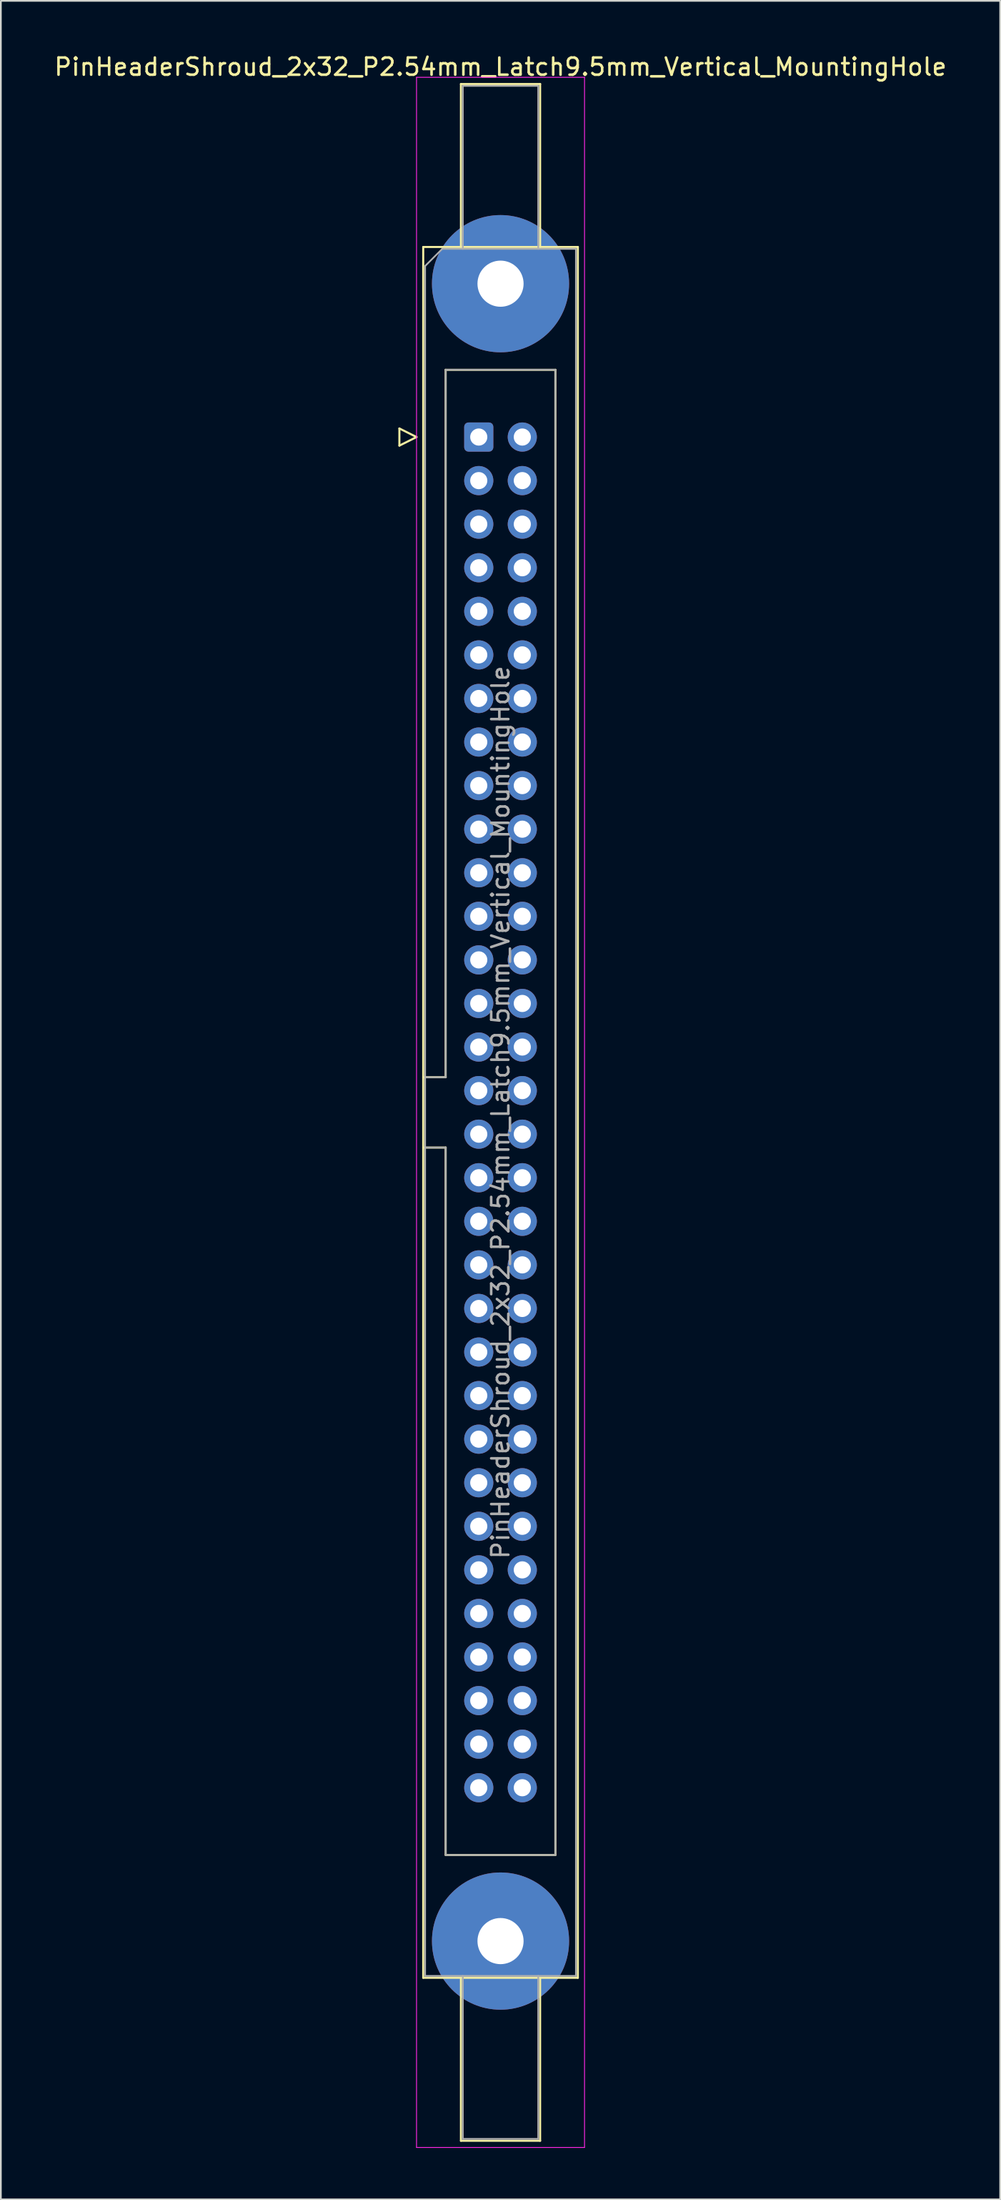
<source format=kicad_pcb>
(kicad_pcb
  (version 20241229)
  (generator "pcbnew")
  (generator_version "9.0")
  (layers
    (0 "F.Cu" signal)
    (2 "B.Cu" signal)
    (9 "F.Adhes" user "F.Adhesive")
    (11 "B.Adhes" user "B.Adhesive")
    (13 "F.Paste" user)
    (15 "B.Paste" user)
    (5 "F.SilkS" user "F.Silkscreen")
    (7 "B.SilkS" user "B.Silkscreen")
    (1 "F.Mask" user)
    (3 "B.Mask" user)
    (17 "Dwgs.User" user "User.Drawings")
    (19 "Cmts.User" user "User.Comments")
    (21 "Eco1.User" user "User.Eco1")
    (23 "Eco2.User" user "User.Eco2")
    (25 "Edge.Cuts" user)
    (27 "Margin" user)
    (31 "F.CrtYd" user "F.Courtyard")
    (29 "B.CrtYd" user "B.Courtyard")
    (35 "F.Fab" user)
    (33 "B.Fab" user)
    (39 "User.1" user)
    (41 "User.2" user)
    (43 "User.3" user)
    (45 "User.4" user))
  (footprint "PinHeaderShroud_2x32_P2.54mm_Latch9.5mm_Vertical_MountingHole"
    (layer "F.Cu")
    (at 24.879 22.428)
    (property "Reference" "PinHeaderShroud_2x32_P2.54mm_Latch9.5mm_Vertical_MountingHole" (at 1.27 -21.58 0) (layer "F.SilkS") (effects (font (size 1 1) (thickness 0.15))))
    (attr through_hole)
    (fp_line (start -4.63 -0.5) (end -4.63 0.5) (stroke (width 0.12) (type solid)) (layer "F.SilkS"))
    (fp_line (start -4.63 0.5) (end -3.63 0) (stroke (width 0.12) (type solid)) (layer "F.SilkS"))
    (fp_line (start -3.63 0) (end -4.63 -0.5) (stroke (width 0.12) (type solid)) (layer "F.SilkS"))
    (fp_line (start -3.24 -11.08) (end 5.78 -11.08) (stroke (width 0.12) (type solid)) (layer "F.SilkS"))
    (fp_line (start -3.24 37.32) (end -1.93 37.32) (stroke (width 0.12) (type solid)) (layer "F.SilkS"))
    (fp_line (start -3.24 41.42) (end -1.93 41.42) (stroke (width 0.12) (type solid)) (layer "F.SilkS"))
    (fp_line (start -3.24 89.82) (end -3.24 -11.08) (stroke (width 0.12) (type solid)) (layer "F.SilkS"))
    (fp_line (start -1.93 -3.92) (end 4.47 -3.92) (stroke (width 0.12) (type solid)) (layer "F.SilkS"))
    (fp_line (start -1.93 37.32) (end -1.93 -3.92) (stroke (width 0.12) (type solid)) (layer "F.SilkS"))
    (fp_line (start -1.93 82.66) (end -1.93 41.42) (stroke (width 0.12) (type solid)) (layer "F.SilkS"))
    (fp_line (start -1.04 -20.58) (end 3.58 -20.58) (stroke (width 0.12) (type solid)) (layer "F.SilkS"))
    (fp_line (start -1.04 -11.08) (end -1.04 -20.58) (stroke (width 0.12) (type solid)) (layer "F.SilkS"))
    (fp_line (start -1.04 89.82) (end -1.04 99.32) (stroke (width 0.12) (type solid)) (layer "F.SilkS"))
    (fp_line (start -1.04 99.32) (end 3.58 99.32) (stroke (width 0.12) (type solid)) (layer "F.SilkS"))
    (fp_line (start 3.58 -20.58) (end 3.58 -11.08) (stroke (width 0.12) (type solid)) (layer "F.SilkS"))
    (fp_line (start 3.58 99.32) (end 3.58 89.82) (stroke (width 0.12) (type solid)) (layer "F.SilkS"))
    (fp_line (start 4.47 -3.92) (end 4.47 82.66) (stroke (width 0.12) (type solid)) (layer "F.SilkS"))
    (fp_line (start 4.47 82.66) (end -1.93 82.66) (stroke (width 0.12) (type solid)) (layer "F.SilkS"))
    (fp_line (start 5.78 -11.08) (end 5.78 89.82) (stroke (width 0.12) (type solid)) (layer "F.SilkS"))
    (fp_line (start 5.78 89.82) (end -3.24 89.82) (stroke (width 0.12) (type solid)) (layer "F.SilkS"))
    (fp_line (start -3.63 -20.97) (end -3.63 99.71) (stroke (width 0.05) (type solid)) (layer "F.CrtYd"))
    (fp_line (start -3.63 99.71) (end 6.17 99.71) (stroke (width 0.05) (type solid)) (layer "F.CrtYd"))
    (fp_line (start 6.17 -20.97) (end -3.63 -20.97) (stroke (width 0.05) (type solid)) (layer "F.CrtYd"))
    (fp_line (start 6.17 99.71) (end 6.17 -20.97) (stroke (width 0.05) (type solid)) (layer "F.CrtYd"))
    (fp_line (start -3.13 -9.97) (end -2.13 -10.97) (stroke (width 0.1) (type solid)) (layer "F.Fab"))
    (fp_line (start -3.13 37.32) (end -1.93 37.32) (stroke (width 0.1) (type solid)) (layer "F.Fab"))
    (fp_line (start -3.13 41.42) (end -1.93 41.42) (stroke (width 0.1) (type solid)) (layer "F.Fab"))
    (fp_line (start -3.13 89.71) (end -3.13 -9.97) (stroke (width 0.1) (type solid)) (layer "F.Fab"))
    (fp_line (start -2.13 -10.97) (end 5.67 -10.97) (stroke (width 0.1) (type solid)) (layer "F.Fab"))
    (fp_line (start -1.93 -3.92) (end 4.47 -3.92) (stroke (width 0.1) (type solid)) (layer "F.Fab"))
    (fp_line (start -1.93 37.32) (end -1.93 -3.92) (stroke (width 0.1) (type solid)) (layer "F.Fab"))
    (fp_line (start -1.93 82.66) (end -1.93 41.42) (stroke (width 0.1) (type solid)) (layer "F.Fab"))
    (fp_line (start -0.93 -20.47) (end 3.47 -20.47) (stroke (width 0.1) (type solid)) (layer "F.Fab"))
    (fp_line (start -0.93 -10.97) (end -0.93 -20.47) (stroke (width 0.1) (type solid)) (layer "F.Fab"))
    (fp_line (start -0.93 89.71) (end -0.93 99.21) (stroke (width 0.1) (type solid)) (layer "F.Fab"))
    (fp_line (start -0.93 99.21) (end 3.47 99.21) (stroke (width 0.1) (type solid)) (layer "F.Fab"))
    (fp_line (start 3.47 -20.47) (end 3.47 -10.97) (stroke (width 0.1) (type solid)) (layer "F.Fab"))
    (fp_line (start 3.47 99.21) (end 3.47 89.71) (stroke (width 0.1) (type solid)) (layer "F.Fab"))
    (fp_line (start 4.47 -3.92) (end 4.47 82.66) (stroke (width 0.1) (type solid)) (layer "F.Fab"))
    (fp_line (start 4.47 82.66) (end -1.93 82.66) (stroke (width 0.1) (type solid)) (layer "F.Fab"))
    (fp_line (start 5.67 -10.97) (end 5.67 89.71) (stroke (width 0.1) (type solid)) (layer "F.Fab"))
    (fp_line (start 5.67 89.71) (end -3.13 89.71) (stroke (width 0.1) (type solid)) (layer "F.Fab"))
    (fp_text user "${REFERENCE}" (at 1.27 39.37 90) (layer "F.Fab") (effects (font (size 1 1) (thickness 0.15))))
    (pad "" thru_hole circle (at 1.27 -8.94) (size 8 8) (drill 2.69) (layers "*.Cu" "*.Mask"))
    (pad "" thru_hole circle (at 1.27 87.68) (size 8 8) (drill 2.69) (layers "*.Cu" "*.Mask"))
    (pad "1" thru_hole roundrect (at 0 0) (size 1.7 1.7) (drill 1) (layers "*.Cu" "*.Mask") (roundrect_rratio 0.147))
    (pad "2" thru_hole circle (at 2.54 0) (size 1.7 1.7) (drill 1) (layers "*.Cu" "*.Mask"))
    (pad "3" thru_hole circle (at 0 2.54) (size 1.7 1.7) (drill 1) (layers "*.Cu" "*.Mask"))
    (pad "4" thru_hole circle (at 2.54 2.54) (size 1.7 1.7) (drill 1) (layers "*.Cu" "*.Mask"))
    (pad "5" thru_hole circle (at 0 5.08) (size 1.7 1.7) (drill 1) (layers "*.Cu" "*.Mask"))
    (pad "6" thru_hole circle (at 2.54 5.08) (size 1.7 1.7) (drill 1) (layers "*.Cu" "*.Mask"))
    (pad "7" thru_hole circle (at 0 7.62) (size 1.7 1.7) (drill 1) (layers "*.Cu" "*.Mask"))
    (pad "8" thru_hole circle (at 2.54 7.62) (size 1.7 1.7) (drill 1) (layers "*.Cu" "*.Mask"))
    (pad "9" thru_hole circle (at 0 10.16) (size 1.7 1.7) (drill 1) (layers "*.Cu" "*.Mask"))
    (pad "10" thru_hole circle (at 2.54 10.16) (size 1.7 1.7) (drill 1) (layers "*.Cu" "*.Mask"))
    (pad "11" thru_hole circle (at 0 12.7) (size 1.7 1.7) (drill 1) (layers "*.Cu" "*.Mask"))
    (pad "12" thru_hole circle (at 2.54 12.7) (size 1.7 1.7) (drill 1) (layers "*.Cu" "*.Mask"))
    (pad "13" thru_hole circle (at 0 15.24) (size 1.7 1.7) (drill 1) (layers "*.Cu" "*.Mask"))
    (pad "14" thru_hole circle (at 2.54 15.24) (size 1.7 1.7) (drill 1) (layers "*.Cu" "*.Mask"))
    (pad "15" thru_hole circle (at 0 17.78) (size 1.7 1.7) (drill 1) (layers "*.Cu" "*.Mask"))
    (pad "16" thru_hole circle (at 2.54 17.78) (size 1.7 1.7) (drill 1) (layers "*.Cu" "*.Mask"))
    (pad "17" thru_hole circle (at 0 20.32) (size 1.7 1.7) (drill 1) (layers "*.Cu" "*.Mask"))
    (pad "18" thru_hole circle (at 2.54 20.32) (size 1.7 1.7) (drill 1) (layers "*.Cu" "*.Mask"))
    (pad "19" thru_hole circle (at 0 22.86) (size 1.7 1.7) (drill 1) (layers "*.Cu" "*.Mask"))
    (pad "20" thru_hole circle (at 2.54 22.86) (size 1.7 1.7) (drill 1) (layers "*.Cu" "*.Mask"))
    (pad "21" thru_hole circle (at 0 25.4) (size 1.7 1.7) (drill 1) (layers "*.Cu" "*.Mask"))
    (pad "22" thru_hole circle (at 2.54 25.4) (size 1.7 1.7) (drill 1) (layers "*.Cu" "*.Mask"))
    (pad "23" thru_hole circle (at 0 27.94) (size 1.7 1.7) (drill 1) (layers "*.Cu" "*.Mask"))
    (pad "24" thru_hole circle (at 2.54 27.94) (size 1.7 1.7) (drill 1) (layers "*.Cu" "*.Mask"))
    (pad "25" thru_hole circle (at 0 30.48) (size 1.7 1.7) (drill 1) (layers "*.Cu" "*.Mask"))
    (pad "26" thru_hole circle (at 2.54 30.48) (size 1.7 1.7) (drill 1) (layers "*.Cu" "*.Mask"))
    (pad "27" thru_hole circle (at 0 33.02) (size 1.7 1.7) (drill 1) (layers "*.Cu" "*.Mask"))
    (pad "28" thru_hole circle (at 2.54 33.02) (size 1.7 1.7) (drill 1) (layers "*.Cu" "*.Mask"))
    (pad "29" thru_hole circle (at 0 35.56) (size 1.7 1.7) (drill 1) (layers "*.Cu" "*.Mask"))
    (pad "30" thru_hole circle (at 2.54 35.56) (size 1.7 1.7) (drill 1) (layers "*.Cu" "*.Mask"))
    (pad "31" thru_hole circle (at 0 38.1) (size 1.7 1.7) (drill 1) (layers "*.Cu" "*.Mask"))
    (pad "32" thru_hole circle (at 2.54 38.1) (size 1.7 1.7) (drill 1) (layers "*.Cu" "*.Mask"))
    (pad "33" thru_hole circle (at 0 40.64) (size 1.7 1.7) (drill 1) (layers "*.Cu" "*.Mask"))
    (pad "34" thru_hole circle (at 2.54 40.64) (size 1.7 1.7) (drill 1) (layers "*.Cu" "*.Mask"))
    (pad "35" thru_hole circle (at 0 43.18) (size 1.7 1.7) (drill 1) (layers "*.Cu" "*.Mask"))
    (pad "36" thru_hole circle (at 2.54 43.18) (size 1.7 1.7) (drill 1) (layers "*.Cu" "*.Mask"))
    (pad "37" thru_hole circle (at 0 45.72) (size 1.7 1.7) (drill 1) (layers "*.Cu" "*.Mask"))
    (pad "38" thru_hole circle (at 2.54 45.72) (size 1.7 1.7) (drill 1) (layers "*.Cu" "*.Mask"))
    (pad "39" thru_hole circle (at 0 48.26) (size 1.7 1.7) (drill 1) (layers "*.Cu" "*.Mask"))
    (pad "40" thru_hole circle (at 2.54 48.26) (size 1.7 1.7) (drill 1) (layers "*.Cu" "*.Mask"))
    (pad "41" thru_hole circle (at 0 50.8) (size 1.7 1.7) (drill 1) (layers "*.Cu" "*.Mask"))
    (pad "42" thru_hole circle (at 2.54 50.8) (size 1.7 1.7) (drill 1) (layers "*.Cu" "*.Mask"))
    (pad "43" thru_hole circle (at 0 53.34) (size 1.7 1.7) (drill 1) (layers "*.Cu" "*.Mask"))
    (pad "44" thru_hole circle (at 2.54 53.34) (size 1.7 1.7) (drill 1) (layers "*.Cu" "*.Mask"))
    (pad "45" thru_hole circle (at 0 55.88) (size 1.7 1.7) (drill 1) (layers "*.Cu" "*.Mask"))
    (pad "46" thru_hole circle (at 2.54 55.88) (size 1.7 1.7) (drill 1) (layers "*.Cu" "*.Mask"))
    (pad "47" thru_hole circle (at 0 58.42) (size 1.7 1.7) (drill 1) (layers "*.Cu" "*.Mask"))
    (pad "48" thru_hole circle (at 2.54 58.42) (size 1.7 1.7) (drill 1) (layers "*.Cu" "*.Mask"))
    (pad "49" thru_hole circle (at 0 60.96) (size 1.7 1.7) (drill 1) (layers "*.Cu" "*.Mask"))
    (pad "50" thru_hole circle (at 2.54 60.96) (size 1.7 1.7) (drill 1) (layers "*.Cu" "*.Mask"))
    (pad "51" thru_hole circle (at 0 63.5) (size 1.7 1.7) (drill 1) (layers "*.Cu" "*.Mask"))
    (pad "52" thru_hole circle (at 2.54 63.5) (size 1.7 1.7) (drill 1) (layers "*.Cu" "*.Mask"))
    (pad "53" thru_hole circle (at 0 66.04) (size 1.7 1.7) (drill 1) (layers "*.Cu" "*.Mask"))
    (pad "54" thru_hole circle (at 2.54 66.04) (size 1.7 1.7) (drill 1) (layers "*.Cu" "*.Mask"))
    (pad "55" thru_hole circle (at 0 68.58) (size 1.7 1.7) (drill 1) (layers "*.Cu" "*.Mask"))
    (pad "56" thru_hole circle (at 2.54 68.58) (size 1.7 1.7) (drill 1) (layers "*.Cu" "*.Mask"))
    (pad "57" thru_hole circle (at 0 71.12) (size 1.7 1.7) (drill 1) (layers "*.Cu" "*.Mask"))
    (pad "58" thru_hole circle (at 2.54 71.12) (size 1.7 1.7) (drill 1) (layers "*.Cu" "*.Mask"))
    (pad "59" thru_hole circle (at 0 73.66) (size 1.7 1.7) (drill 1) (layers "*.Cu" "*.Mask"))
    (pad "60" thru_hole circle (at 2.54 73.66) (size 1.7 1.7) (drill 1) (layers "*.Cu" "*.Mask"))
    (pad "61" thru_hole circle (at 0 76.2) (size 1.7 1.7) (drill 1) (layers "*.Cu" "*.Mask"))
    (pad "62" thru_hole circle (at 2.54 76.2) (size 1.7 1.7) (drill 1) (layers "*.Cu" "*.Mask"))
    (pad "63" thru_hole circle (at 0 78.74) (size 1.7 1.7) (drill 1) (layers "*.Cu" "*.Mask"))
    (pad "64" thru_hole circle (at 2.54 78.74) (size 1.7 1.7) (drill 1) (layers "*.Cu" "*.Mask")))
  (gr_rect
    (start -3 -3)
    (end 55.298 125.163)
    (stroke (width 0.1) (type default))
    (fill no)
    (layer "Edge.Cuts")))
</source>
